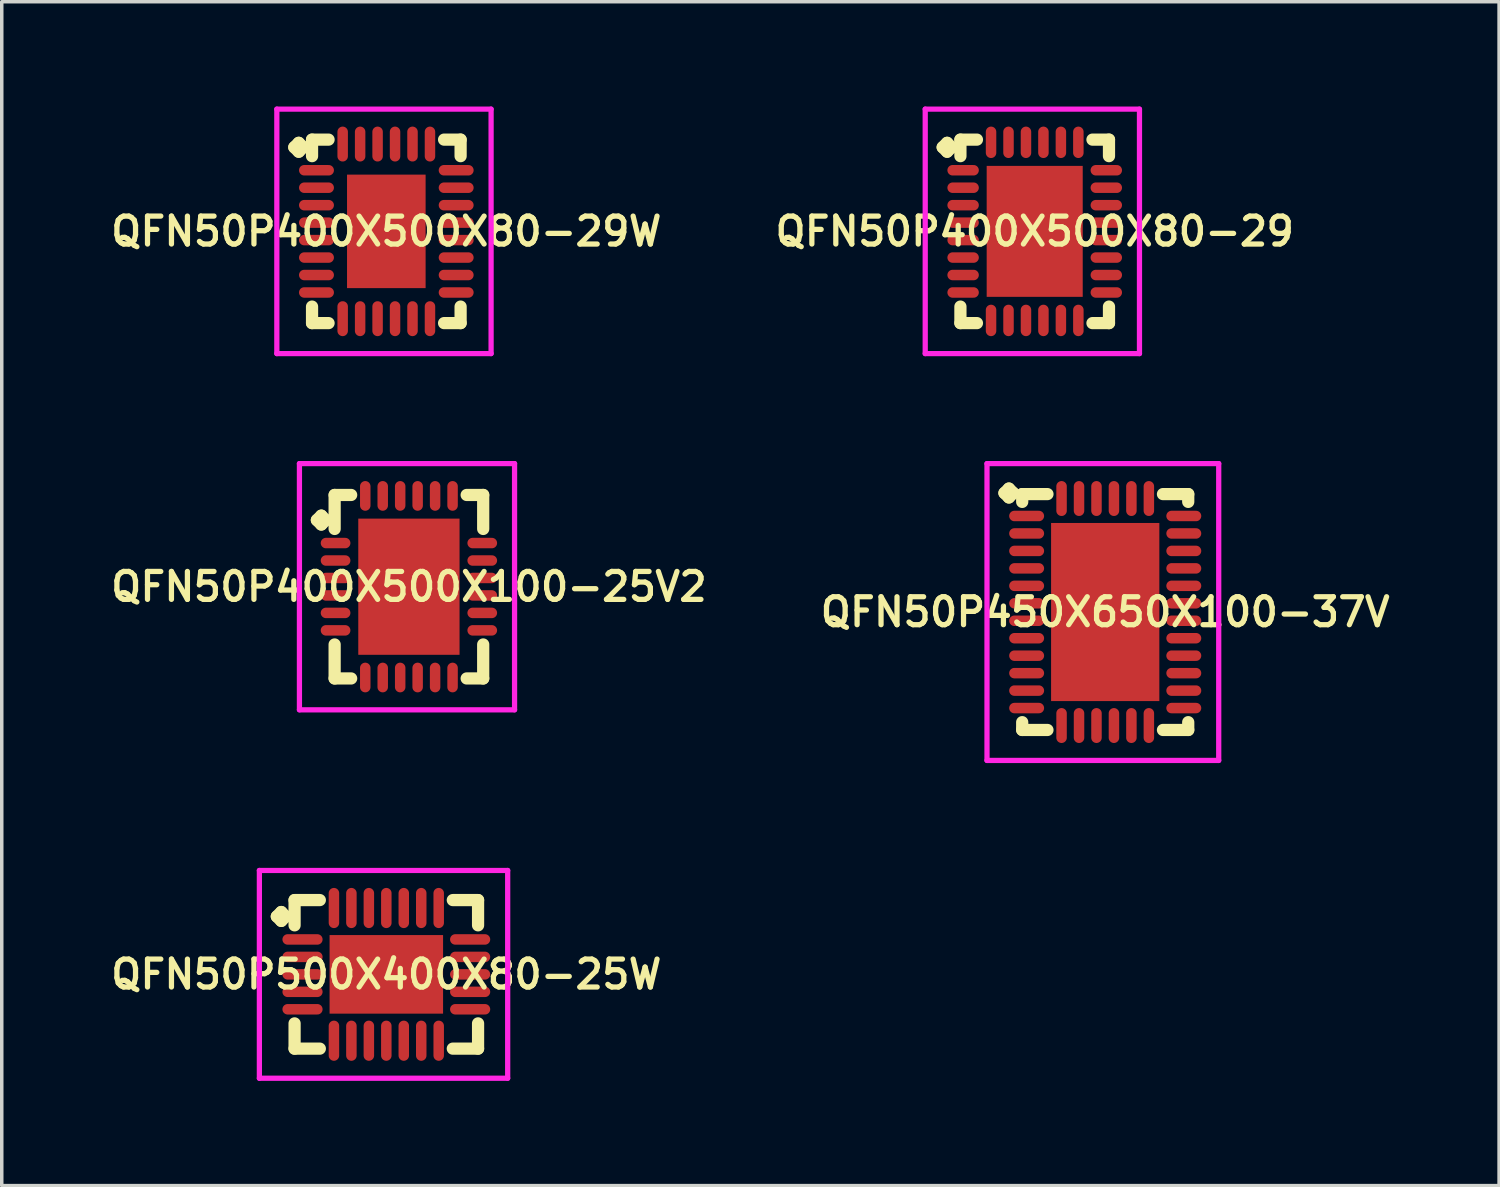
<source format=kicad_pcb>
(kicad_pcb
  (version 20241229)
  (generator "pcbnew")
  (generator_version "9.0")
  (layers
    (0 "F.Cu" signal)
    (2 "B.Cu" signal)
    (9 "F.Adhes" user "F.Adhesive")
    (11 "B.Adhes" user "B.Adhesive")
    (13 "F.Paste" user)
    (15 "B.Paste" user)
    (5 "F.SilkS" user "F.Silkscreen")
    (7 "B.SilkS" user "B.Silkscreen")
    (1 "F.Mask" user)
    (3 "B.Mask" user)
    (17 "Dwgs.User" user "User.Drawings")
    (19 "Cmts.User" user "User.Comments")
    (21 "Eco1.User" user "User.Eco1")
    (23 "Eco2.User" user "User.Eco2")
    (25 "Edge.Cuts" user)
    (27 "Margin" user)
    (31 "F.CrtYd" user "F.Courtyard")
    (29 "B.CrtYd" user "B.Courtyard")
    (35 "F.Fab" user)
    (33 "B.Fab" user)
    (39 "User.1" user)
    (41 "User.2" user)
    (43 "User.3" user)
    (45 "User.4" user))
  (footprint "QFN50P400X500X80-29"
    (layer "F.Cu")
    (at 26.578 3.575)
    (property "Reference" "QFN50P400X500X80-29" (at 0 0 0) (layer "F.SilkS") (effects (font (size 0.8 0.8) (thickness 0.15))))
    (attr smd)
    (fp_line (start -2.635 -2.408) (end -2.508 -2.535) (stroke (width 0.35) (type solid)) (layer "F.SilkS"))
    (fp_line (start -2.508 -2.535) (end -2.381 -2.408) (stroke (width 0.35) (type solid)) (layer "F.SilkS"))
    (fp_line (start -2.508 -2.281) (end -2.635 -2.408) (stroke (width 0.35) (type solid)) (layer "F.SilkS"))
    (fp_line (start -2.381 -2.408) (end -2.508 -2.281) (stroke (width 0.35) (type solid)) (layer "F.SilkS"))
    (fp_line (start -2.127 -2.627) (end -1.654 -2.627) (stroke (width 0.35) (type solid)) (layer "F.SilkS"))
    (fp_line (start -2.127 -2.154) (end -2.127 -2.627) (stroke (width 0.35) (type solid)) (layer "F.SilkS"))
    (fp_line (start -2.127 2.154) (end -2.127 2.627) (stroke (width 0.35) (type solid)) (layer "F.SilkS"))
    (fp_line (start -2.127 2.627) (end -1.654 2.627) (stroke (width 0.35) (type solid)) (layer "F.SilkS"))
    (fp_line (start 1.654 -2.627) (end 2.127 -2.627) (stroke (width 0.35) (type solid)) (layer "F.SilkS"))
    (fp_line (start 1.654 2.627) (end 2.127 2.627) (stroke (width 0.35) (type solid)) (layer "F.SilkS"))
    (fp_line (start 2.127 -2.627) (end 2.127 -2.154) (stroke (width 0.35) (type solid)) (layer "F.SilkS"))
    (fp_line (start 2.127 2.627) (end 2.127 2.154) (stroke (width 0.35) (type solid)) (layer "F.SilkS"))
    (fp_line (start -3.135 -3.5) (end 3 -3.5) (stroke (width 0.15) (type solid)) (layer "F.CrtYd"))
    (fp_line (start -3.135 3.5) (end -3.135 -3.5) (stroke (width 0.15) (type solid)) (layer "F.CrtYd"))
    (fp_line (start 3 -3.5) (end 3 3.5) (stroke (width 0.15) (type solid)) (layer "F.CrtYd"))
    (fp_line (start 3 3.5) (end -3.135 3.5) (stroke (width 0.15) (type solid)) (layer "F.CrtYd"))
    (pad "1" smd oval (at -2.05 -1.75) (size 0.9 0.3) (layers "F.Cu" "F.Mask" "F.Paste"))
    (pad "2" smd oval (at -2.05 -1.25) (size 0.9 0.3) (layers "F.Cu" "F.Mask" "F.Paste"))
    (pad "3" smd oval (at -2.05 -0.75) (size 0.9 0.3) (layers "F.Cu" "F.Mask" "F.Paste"))
    (pad "4" smd oval (at -2.05 -0.25) (size 0.9 0.3) (layers "F.Cu" "F.Mask" "F.Paste"))
    (pad "5" smd oval (at -2.05 0.25) (size 0.9 0.3) (layers "F.Cu" "F.Mask" "F.Paste"))
    (pad "6" smd oval (at -2.05 0.75) (size 0.9 0.3) (layers "F.Cu" "F.Mask" "F.Paste"))
    (pad "7" smd oval (at -2.05 1.25) (size 0.9 0.3) (layers "F.Cu" "F.Mask" "F.Paste"))
    (pad "8" smd oval (at -2.05 1.75) (size 0.9 0.3) (layers "F.Cu" "F.Mask" "F.Paste"))
    (pad "9" smd oval (at -1.25 2.55) (size 0.3 0.9) (layers "F.Cu" "F.Mask" "F.Paste"))
    (pad "10" smd oval (at -0.75 2.55) (size 0.3 0.9) (layers "F.Cu" "F.Mask" "F.Paste"))
    (pad "11" smd oval (at -0.25 2.55) (size 0.3 0.9) (layers "F.Cu" "F.Mask" "F.Paste"))
    (pad "12" smd oval (at 0.25 2.55) (size 0.3 0.9) (layers "F.Cu" "F.Mask" "F.Paste"))
    (pad "13" smd oval (at 0.75 2.55) (size 0.3 0.9) (layers "F.Cu" "F.Mask" "F.Paste"))
    (pad "14" smd oval (at 1.25 2.55) (size 0.3 0.9) (layers "F.Cu" "F.Mask" "F.Paste"))
    (pad "15" smd oval (at 2.05 1.75) (size 0.9 0.3) (layers "F.Cu" "F.Mask" "F.Paste"))
    (pad "16" smd oval (at 2.05 1.25) (size 0.9 0.3) (layers "F.Cu" "F.Mask" "F.Paste"))
    (pad "17" smd oval (at 2.05 0.75) (size 0.9 0.3) (layers "F.Cu" "F.Mask" "F.Paste"))
    (pad "18" smd oval (at 2.05 0.25) (size 0.9 0.3) (layers "F.Cu" "F.Mask" "F.Paste"))
    (pad "19" smd oval (at 2.05 -0.25) (size 0.9 0.3) (layers "F.Cu" "F.Mask" "F.Paste"))
    (pad "20" smd oval (at 2.05 -0.75) (size 0.9 0.3) (layers "F.Cu" "F.Mask" "F.Paste"))
    (pad "21" smd oval (at 2.05 -1.25) (size 0.9 0.3) (layers "F.Cu" "F.Mask" "F.Paste"))
    (pad "22" smd oval (at 2.05 -1.75) (size 0.9 0.3) (layers "F.Cu" "F.Mask" "F.Paste"))
    (pad "23" smd oval (at 1.25 -2.55) (size 0.3 0.9) (layers "F.Cu" "F.Mask" "F.Paste"))
    (pad "24" smd oval (at 0.75 -2.55) (size 0.3 0.9) (layers "F.Cu" "F.Mask" "F.Paste"))
    (pad "25" smd oval (at 0.25 -2.55) (size 0.3 0.9) (layers "F.Cu" "F.Mask" "F.Paste"))
    (pad "26" smd oval (at -0.25 -2.55) (size 0.3 0.9) (layers "F.Cu" "F.Mask" "F.Paste"))
    (pad "27" smd oval (at -0.75 -2.55) (size 0.3 0.9) (layers "F.Cu" "F.Mask" "F.Paste"))
    (pad "28" smd oval (at -1.25 -2.55) (size 0.3 0.9) (layers "F.Cu" "F.Mask" "F.Paste"))
    (pad "29" smd rect (at 0 0) (size 2.75 3.75) (layers "F.Cu" "F.Mask" "F.Paste")))
  (footprint "QFN50P500X400X80-25W"
    (layer "F.Cu")
    (at 8.012 24.85)
    (property "Reference" "QFN50P500X400X80-25W" (at 0 0 0) (layer "F.SilkS") (effects (font (size 0.8 0.8) (thickness 0.15))))
    (attr smd)
    (fp_line (start -3.135 -1.658) (end -3.008 -1.785) (stroke (width 0.35) (type solid)) (layer "F.SilkS"))
    (fp_line (start -3.008 -1.785) (end -2.881 -1.658) (stroke (width 0.35) (type solid)) (layer "F.SilkS"))
    (fp_line (start -3.008 -1.531) (end -3.135 -1.658) (stroke (width 0.35) (type solid)) (layer "F.SilkS"))
    (fp_line (start -2.881 -1.658) (end -3.008 -1.531) (stroke (width 0.35) (type solid)) (layer "F.SilkS"))
    (fp_line (start -2.627 -2.127) (end -1.904 -2.127) (stroke (width 0.35) (type solid)) (layer "F.SilkS"))
    (fp_line (start -2.627 -1.404) (end -2.627 -2.127) (stroke (width 0.35) (type solid)) (layer "F.SilkS"))
    (fp_line (start -2.627 1.404) (end -2.627 2.127) (stroke (width 0.35) (type solid)) (layer "F.SilkS"))
    (fp_line (start -2.627 2.127) (end -1.904 2.127) (stroke (width 0.35) (type solid)) (layer "F.SilkS"))
    (fp_line (start 1.904 -2.127) (end 2.627 -2.127) (stroke (width 0.35) (type solid)) (layer "F.SilkS"))
    (fp_line (start 1.904 2.127) (end 2.627 2.127) (stroke (width 0.35) (type solid)) (layer "F.SilkS"))
    (fp_line (start 2.627 -2.127) (end 2.627 -1.404) (stroke (width 0.35) (type solid)) (layer "F.SilkS"))
    (fp_line (start 2.627 2.127) (end 2.627 1.404) (stroke (width 0.35) (type solid)) (layer "F.SilkS"))
    (fp_line (start -3.635 -2.975) (end 3.475 -2.975) (stroke (width 0.15) (type solid)) (layer "F.CrtYd"))
    (fp_line (start -3.635 2.975) (end -3.635 -2.975) (stroke (width 0.15) (type solid)) (layer "F.CrtYd"))
    (fp_line (start 3.475 -2.975) (end 3.475 2.975) (stroke (width 0.15) (type solid)) (layer "F.CrtYd"))
    (fp_line (start 3.475 2.975) (end -3.635 2.975) (stroke (width 0.15) (type solid)) (layer "F.CrtYd"))
    (pad "1" smd oval (at -2.4 -1) (size 1.15 0.3) (layers "F.Cu" "F.Mask" "F.Paste"))
    (pad "2" smd oval (at -2.4 -0.5) (size 1.15 0.3) (layers "F.Cu" "F.Mask" "F.Paste"))
    (pad "3" smd oval (at -2.4 0) (size 1.15 0.3) (layers "F.Cu" "F.Mask" "F.Paste"))
    (pad "4" smd oval (at -2.4 0.5) (size 1.15 0.3) (layers "F.Cu" "F.Mask" "F.Paste"))
    (pad "5" smd oval (at -2.4 1) (size 1.15 0.3) (layers "F.Cu" "F.Mask" "F.Paste"))
    (pad "6" smd oval (at -1.5 1.9) (size 0.3 1.15) (layers "F.Cu" "F.Mask" "F.Paste"))
    (pad "7" smd oval (at -1 1.9) (size 0.3 1.15) (layers "F.Cu" "F.Mask" "F.Paste"))
    (pad "8" smd oval (at -0.5 1.9) (size 0.3 1.15) (layers "F.Cu" "F.Mask" "F.Paste"))
    (pad "9" smd oval (at 0 1.9) (size 0.3 1.15) (layers "F.Cu" "F.Mask" "F.Paste"))
    (pad "10" smd oval (at 0.5 1.9) (size 0.3 1.15) (layers "F.Cu" "F.Mask" "F.Paste"))
    (pad "11" smd oval (at 1 1.9) (size 0.3 1.15) (layers "F.Cu" "F.Mask" "F.Paste"))
    (pad "12" smd oval (at 1.5 1.9) (size 0.3 1.15) (layers "F.Cu" "F.Mask" "F.Paste"))
    (pad "13" smd oval (at 2.4 1) (size 1.15 0.3) (layers "F.Cu" "F.Mask" "F.Paste"))
    (pad "14" smd oval (at 2.4 0.5) (size 1.15 0.3) (layers "F.Cu" "F.Mask" "F.Paste"))
    (pad "15" smd oval (at 2.4 0) (size 1.15 0.3) (layers "F.Cu" "F.Mask" "F.Paste"))
    (pad "16" smd oval (at 2.4 -0.5) (size 1.15 0.3) (layers "F.Cu" "F.Mask" "F.Paste"))
    (pad "17" smd oval (at 2.4 -1) (size 1.15 0.3) (layers "F.Cu" "F.Mask" "F.Paste"))
    (pad "18" smd oval (at 1.5 -1.9) (size 0.3 1.15) (layers "F.Cu" "F.Mask" "F.Paste"))
    (pad "19" smd oval (at 1 -1.9) (size 0.3 1.15) (layers "F.Cu" "F.Mask" "F.Paste"))
    (pad "20" smd oval (at 0.5 -1.9) (size 0.3 1.15) (layers "F.Cu" "F.Mask" "F.Paste"))
    (pad "21" smd oval (at 0 -1.9) (size 0.3 1.15) (layers "F.Cu" "F.Mask" "F.Paste"))
    (pad "22" smd oval (at -0.5 -1.9) (size 0.3 1.15) (layers "F.Cu" "F.Mask" "F.Paste"))
    (pad "23" smd oval (at -1 -1.9) (size 0.3 1.15) (layers "F.Cu" "F.Mask" "F.Paste"))
    (pad "24" smd oval (at -1.5 -1.9) (size 0.3 1.15) (layers "F.Cu" "F.Mask" "F.Paste"))
    (pad "25" smd rect (at 0 0) (size 3.25 2.25) (layers "F.Cu" "F.Mask" "F.Paste")))
  (footprint "QFN50P400X500X100-25V2"
    (layer "F.Cu")
    (at 8.659 13.75)
    (property "Reference" "QFN50P400X500X100-25V2" (at 0 0 0) (layer "F.SilkS") (effects (font (size 0.8 0.8) (thickness 0.15))))
    (attr smd)
    (fp_line (start -2.635 -1.908) (end -2.508 -2.035) (stroke (width 0.35) (type solid)) (layer "F.SilkS"))
    (fp_line (start -2.508 -2.035) (end -2.381 -1.908) (stroke (width 0.35) (type solid)) (layer "F.SilkS"))
    (fp_line (start -2.508 -1.781) (end -2.635 -1.908) (stroke (width 0.35) (type solid)) (layer "F.SilkS"))
    (fp_line (start -2.381 -1.908) (end -2.508 -1.781) (stroke (width 0.35) (type solid)) (layer "F.SilkS"))
    (fp_line (start -2.127 -2.627) (end -1.654 -2.627) (stroke (width 0.35) (type solid)) (layer "F.SilkS"))
    (fp_line (start -2.127 -1.654) (end -2.127 -2.627) (stroke (width 0.35) (type solid)) (layer "F.SilkS"))
    (fp_line (start -2.127 1.654) (end -2.127 2.627) (stroke (width 0.35) (type solid)) (layer "F.SilkS"))
    (fp_line (start -2.127 2.627) (end -1.654 2.627) (stroke (width 0.35) (type solid)) (layer "F.SilkS"))
    (fp_line (start 1.654 -2.627) (end 2.127 -2.627) (stroke (width 0.35) (type solid)) (layer "F.SilkS"))
    (fp_line (start 1.654 2.627) (end 2.127 2.627) (stroke (width 0.35) (type solid)) (layer "F.SilkS"))
    (fp_line (start 2.127 -2.627) (end 2.127 -1.654) (stroke (width 0.35) (type solid)) (layer "F.SilkS"))
    (fp_line (start 2.127 2.627) (end 2.127 1.654) (stroke (width 0.35) (type solid)) (layer "F.SilkS"))
    (fp_line (start -3.135 -3.525) (end 3.025 -3.525) (stroke (width 0.15) (type solid)) (layer "F.CrtYd"))
    (fp_line (start -3.135 3.525) (end -3.135 -3.525) (stroke (width 0.15) (type solid)) (layer "F.CrtYd"))
    (fp_line (start 3.025 -3.525) (end 3.025 3.525) (stroke (width 0.15) (type solid)) (layer "F.CrtYd"))
    (fp_line (start 3.025 3.525) (end -3.135 3.525) (stroke (width 0.15) (type solid)) (layer "F.CrtYd"))
    (pad "1" smd oval (at -2.1 -1.25) (size 0.85 0.3) (layers "F.Cu" "F.Mask" "F.Paste"))
    (pad "2" smd oval (at -2.1 -0.75) (size 0.85 0.3) (layers "F.Cu" "F.Mask" "F.Paste"))
    (pad "3" smd oval (at -2.1 -0.25) (size 0.85 0.3) (layers "F.Cu" "F.Mask" "F.Paste"))
    (pad "4" smd oval (at -2.1 0.25) (size 0.85 0.3) (layers "F.Cu" "F.Mask" "F.Paste"))
    (pad "5" smd oval (at -2.1 0.75) (size 0.85 0.3) (layers "F.Cu" "F.Mask" "F.Paste"))
    (pad "6" smd oval (at -2.1 1.25) (size 0.85 0.3) (layers "F.Cu" "F.Mask" "F.Paste"))
    (pad "7" smd oval (at -1.25 2.6) (size 0.3 0.85) (layers "F.Cu" "F.Mask" "F.Paste"))
    (pad "8" smd oval (at -0.75 2.6) (size 0.3 0.85) (layers "F.Cu" "F.Mask" "F.Paste"))
    (pad "9" smd oval (at -0.25 2.6) (size 0.3 0.85) (layers "F.Cu" "F.Mask" "F.Paste"))
    (pad "10" smd oval (at 0.25 2.6) (size 0.3 0.85) (layers "F.Cu" "F.Mask" "F.Paste"))
    (pad "11" smd oval (at 0.75 2.6) (size 0.3 0.85) (layers "F.Cu" "F.Mask" "F.Paste"))
    (pad "12" smd oval (at 1.25 2.6) (size 0.3 0.85) (layers "F.Cu" "F.Mask" "F.Paste"))
    (pad "13" smd oval (at 2.1 1.25) (size 0.85 0.3) (layers "F.Cu" "F.Mask" "F.Paste"))
    (pad "14" smd oval (at 2.1 0.75) (size 0.85 0.3) (layers "F.Cu" "F.Mask" "F.Paste"))
    (pad "15" smd oval (at 2.1 0.25) (size 0.85 0.3) (layers "F.Cu" "F.Mask" "F.Paste"))
    (pad "16" smd oval (at 2.1 -0.25) (size 0.85 0.3) (layers "F.Cu" "F.Mask" "F.Paste"))
    (pad "17" smd oval (at 2.1 -0.75) (size 0.85 0.3) (layers "F.Cu" "F.Mask" "F.Paste"))
    (pad "18" smd oval (at 2.1 -1.25) (size 0.85 0.3) (layers "F.Cu" "F.Mask" "F.Paste"))
    (pad "19" smd oval (at 1.25 -2.6) (size 0.3 0.85) (layers "F.Cu" "F.Mask" "F.Paste"))
    (pad "20" smd oval (at 0.75 -2.6) (size 0.3 0.85) (layers "F.Cu" "F.Mask" "F.Paste"))
    (pad "21" smd oval (at 0.25 -2.6) (size 0.3 0.85) (layers "F.Cu" "F.Mask" "F.Paste"))
    (pad "22" smd oval (at -0.25 -2.6) (size 0.3 0.85) (layers "F.Cu" "F.Mask" "F.Paste"))
    (pad "23" smd oval (at -0.75 -2.6) (size 0.3 0.85) (layers "F.Cu" "F.Mask" "F.Paste"))
    (pad "24" smd oval (at -1.25 -2.6) (size 0.3 0.85) (layers "F.Cu" "F.Mask" "F.Paste"))
    (pad "25" smd rect (at 0 0) (size 2.9 3.9) (layers "F.Cu" "F.Mask" "F.Paste")))
  (footprint "QFN50P400X500X80-29W"
    (layer "F.Cu")
    (at 8.012 3.575)
    (property "Reference" "QFN50P400X500X80-29W" (at 0 0 0) (layer "F.SilkS") (effects (font (size 0.8 0.8) (thickness 0.15))))
    (attr smd)
    (fp_line (start -2.635 -2.408) (end -2.508 -2.535) (stroke (width 0.35) (type solid)) (layer "F.SilkS"))
    (fp_line (start -2.508 -2.535) (end -2.381 -2.408) (stroke (width 0.35) (type solid)) (layer "F.SilkS"))
    (fp_line (start -2.508 -2.281) (end -2.635 -2.408) (stroke (width 0.35) (type solid)) (layer "F.SilkS"))
    (fp_line (start -2.381 -2.408) (end -2.508 -2.281) (stroke (width 0.35) (type solid)) (layer "F.SilkS"))
    (fp_line (start -2.127 -2.627) (end -1.654 -2.627) (stroke (width 0.35) (type solid)) (layer "F.SilkS"))
    (fp_line (start -2.127 -2.154) (end -2.127 -2.627) (stroke (width 0.35) (type solid)) (layer "F.SilkS"))
    (fp_line (start -2.127 2.154) (end -2.127 2.627) (stroke (width 0.35) (type solid)) (layer "F.SilkS"))
    (fp_line (start -2.127 2.627) (end -1.654 2.627) (stroke (width 0.35) (type solid)) (layer "F.SilkS"))
    (fp_line (start 1.654 -2.627) (end 2.127 -2.627) (stroke (width 0.35) (type solid)) (layer "F.SilkS"))
    (fp_line (start 1.654 2.627) (end 2.127 2.627) (stroke (width 0.35) (type solid)) (layer "F.SilkS"))
    (fp_line (start 2.127 -2.627) (end 2.127 -2.154) (stroke (width 0.35) (type solid)) (layer "F.SilkS"))
    (fp_line (start 2.127 2.627) (end 2.127 2.154) (stroke (width 0.35) (type solid)) (layer "F.SilkS"))
    (fp_line (start -3.135 -3.5) (end 3 -3.5) (stroke (width 0.15) (type solid)) (layer "F.CrtYd"))
    (fp_line (start -3.135 3.5) (end -3.135 -3.5) (stroke (width 0.15) (type solid)) (layer "F.CrtYd"))
    (fp_line (start 3 -3.5) (end 3 3.5) (stroke (width 0.15) (type solid)) (layer "F.CrtYd"))
    (fp_line (start 3 3.5) (end -3.135 3.5) (stroke (width 0.15) (type solid)) (layer "F.CrtYd"))
    (pad "1" smd oval (at -2 -1.75) (size 1 0.3) (layers "F.Cu" "F.Mask" "F.Paste"))
    (pad "2" smd oval (at -2 -1.25) (size 1 0.3) (layers "F.Cu" "F.Mask" "F.Paste"))
    (pad "3" smd oval (at -2 -0.75) (size 1 0.3) (layers "F.Cu" "F.Mask" "F.Paste"))
    (pad "4" smd oval (at -2 -0.25) (size 1 0.3) (layers "F.Cu" "F.Mask" "F.Paste"))
    (pad "5" smd oval (at -2 0.25) (size 1 0.3) (layers "F.Cu" "F.Mask" "F.Paste"))
    (pad "6" smd oval (at -2 0.75) (size 1 0.3) (layers "F.Cu" "F.Mask" "F.Paste"))
    (pad "7" smd oval (at -2 1.25) (size 1 0.3) (layers "F.Cu" "F.Mask" "F.Paste"))
    (pad "8" smd oval (at -2 1.75) (size 1 0.3) (layers "F.Cu" "F.Mask" "F.Paste"))
    (pad "9" smd oval (at -1.25 2.5) (size 0.3 1) (layers "F.Cu" "F.Mask" "F.Paste"))
    (pad "10" smd oval (at -0.75 2.5) (size 0.3 1) (layers "F.Cu" "F.Mask" "F.Paste"))
    (pad "11" smd oval (at -0.25 2.5) (size 0.3 1) (layers "F.Cu" "F.Mask" "F.Paste"))
    (pad "12" smd oval (at 0.25 2.5) (size 0.3 1) (layers "F.Cu" "F.Mask" "F.Paste"))
    (pad "13" smd oval (at 0.75 2.5) (size 0.3 1) (layers "F.Cu" "F.Mask" "F.Paste"))
    (pad "14" smd oval (at 1.25 2.5) (size 0.3 1) (layers "F.Cu" "F.Mask" "F.Paste"))
    (pad "15" smd oval (at 2 1.75) (size 1 0.3) (layers "F.Cu" "F.Mask" "F.Paste"))
    (pad "16" smd oval (at 2 1.25) (size 1 0.3) (layers "F.Cu" "F.Mask" "F.Paste"))
    (pad "17" smd oval (at 2 0.75) (size 1 0.3) (layers "F.Cu" "F.Mask" "F.Paste"))
    (pad "18" smd oval (at 2 0.25) (size 1 0.3) (layers "F.Cu" "F.Mask" "F.Paste"))
    (pad "19" smd oval (at 2 -0.25) (size 1 0.3) (layers "F.Cu" "F.Mask" "F.Paste"))
    (pad "20" smd oval (at 2 -0.75) (size 1 0.3) (layers "F.Cu" "F.Mask" "F.Paste"))
    (pad "21" smd oval (at 2 -1.25) (size 1 0.3) (layers "F.Cu" "F.Mask" "F.Paste"))
    (pad "22" smd oval (at 2 -1.75) (size 1 0.3) (layers "F.Cu" "F.Mask" "F.Paste"))
    (pad "23" smd oval (at 1.25 -2.5) (size 0.3 1) (layers "F.Cu" "F.Mask" "F.Paste"))
    (pad "24" smd oval (at 0.75 -2.5) (size 0.3 1) (layers "F.Cu" "F.Mask" "F.Paste"))
    (pad "25" smd oval (at 0.25 -2.5) (size 0.3 1) (layers "F.Cu" "F.Mask" "F.Paste"))
    (pad "26" smd oval (at -0.25 -2.5) (size 0.3 1) (layers "F.Cu" "F.Mask" "F.Paste"))
    (pad "27" smd oval (at -0.75 -2.5) (size 0.3 1) (layers "F.Cu" "F.Mask" "F.Paste"))
    (pad "28" smd oval (at -1.25 -2.5) (size 0.3 1) (layers "F.Cu" "F.Mask" "F.Paste"))
    (pad "29" smd rect (at 0 0) (size 2.25 3.25) (layers "F.Cu" "F.Mask" "F.Paste")))
  (footprint "QFN50P450X650X100-37V"
    (layer "F.Cu")
    (at 28.597 14.475)
    (property "Reference" "QFN50P450X650X100-37V" (at 0 0 0) (layer "F.SilkS") (effects (font (size 0.8 0.8) (thickness 0.15))))
    (attr smd)
    (fp_line (start -2.885 -3.408) (end -2.758 -3.535) (stroke (width 0.35) (type solid)) (layer "F.SilkS"))
    (fp_line (start -2.758 -3.535) (end -2.631 -3.408) (stroke (width 0.35) (type solid)) (layer "F.SilkS"))
    (fp_line (start -2.758 -3.281) (end -2.885 -3.408) (stroke (width 0.35) (type solid)) (layer "F.SilkS"))
    (fp_line (start -2.631 -3.408) (end -2.758 -3.281) (stroke (width 0.35) (type solid)) (layer "F.SilkS"))
    (fp_line (start -2.377 -3.377) (end -1.654 -3.377) (stroke (width 0.35) (type solid)) (layer "F.SilkS"))
    (fp_line (start -2.377 -3.154) (end -2.377 -3.377) (stroke (width 0.35) (type solid)) (layer "F.SilkS"))
    (fp_line (start -2.377 3.154) (end -2.377 3.377) (stroke (width 0.35) (type solid)) (layer "F.SilkS"))
    (fp_line (start -2.377 3.377) (end -1.654 3.377) (stroke (width 0.35) (type solid)) (layer "F.SilkS"))
    (fp_line (start 1.654 -3.377) (end 2.377 -3.377) (stroke (width 0.35) (type solid)) (layer "F.SilkS"))
    (fp_line (start 1.654 3.377) (end 2.377 3.377) (stroke (width 0.35) (type solid)) (layer "F.SilkS"))
    (fp_line (start 2.377 -3.377) (end 2.377 -3.154) (stroke (width 0.35) (type solid)) (layer "F.SilkS"))
    (fp_line (start 2.377 3.377) (end 2.377 3.154) (stroke (width 0.35) (type solid)) (layer "F.SilkS"))
    (fp_line (start -3.385 -4.25) (end 3.25 -4.25) (stroke (width 0.15) (type solid)) (layer "F.CrtYd"))
    (fp_line (start -3.385 4.25) (end -3.385 -4.25) (stroke (width 0.15) (type solid)) (layer "F.CrtYd"))
    (fp_line (start 3.25 -4.25) (end 3.25 4.25) (stroke (width 0.15) (type solid)) (layer "F.CrtYd"))
    (fp_line (start 3.25 4.25) (end -3.385 4.25) (stroke (width 0.15) (type solid)) (layer "F.CrtYd"))
    (pad "1" smd oval (at -2.25 -2.75) (size 1 0.3) (layers "F.Cu" "F.Mask" "F.Paste"))
    (pad "2" smd oval (at -2.25 -2.25) (size 1 0.3) (layers "F.Cu" "F.Mask" "F.Paste"))
    (pad "3" smd oval (at -2.25 -1.75) (size 1 0.3) (layers "F.Cu" "F.Mask" "F.Paste"))
    (pad "4" smd oval (at -2.25 -1.25) (size 1 0.3) (layers "F.Cu" "F.Mask" "F.Paste"))
    (pad "5" smd oval (at -2.25 -0.75) (size 1 0.3) (layers "F.Cu" "F.Mask" "F.Paste"))
    (pad "6" smd oval (at -2.25 -0.25) (size 1 0.3) (layers "F.Cu" "F.Mask" "F.Paste"))
    (pad "7" smd oval (at -2.25 0.25) (size 1 0.3) (layers "F.Cu" "F.Mask" "F.Paste"))
    (pad "8" smd oval (at -2.25 0.75) (size 1 0.3) (layers "F.Cu" "F.Mask" "F.Paste"))
    (pad "9" smd oval (at -2.25 1.25) (size 1 0.3) (layers "F.Cu" "F.Mask" "F.Paste"))
    (pad "10" smd oval (at -2.25 1.75) (size 1 0.3) (layers "F.Cu" "F.Mask" "F.Paste"))
    (pad "11" smd oval (at -2.25 2.25) (size 1 0.3) (layers "F.Cu" "F.Mask" "F.Paste"))
    (pad "12" smd oval (at -2.25 2.75) (size 1 0.3) (layers "F.Cu" "F.Mask" "F.Paste"))
    (pad "13" smd oval (at -1.25 3.25) (size 0.3 1) (layers "F.Cu" "F.Mask" "F.Paste"))
    (pad "14" smd oval (at -0.75 3.25) (size 0.3 1) (layers "F.Cu" "F.Mask" "F.Paste"))
    (pad "15" smd oval (at -0.25 3.25) (size 0.3 1) (layers "F.Cu" "F.Mask" "F.Paste"))
    (pad "16" smd oval (at 0.25 3.25) (size 0.3 1) (layers "F.Cu" "F.Mask" "F.Paste"))
    (pad "17" smd oval (at 0.75 3.25) (size 0.3 1) (layers "F.Cu" "F.Mask" "F.Paste"))
    (pad "18" smd oval (at 1.25 3.25) (size 0.3 1) (layers "F.Cu" "F.Mask" "F.Paste"))
    (pad "19" smd oval (at 2.25 2.75) (size 1 0.3) (layers "F.Cu" "F.Mask" "F.Paste"))
    (pad "20" smd oval (at 2.25 2.25) (size 1 0.3) (layers "F.Cu" "F.Mask" "F.Paste"))
    (pad "21" smd oval (at 2.25 1.75) (size 1 0.3) (layers "F.Cu" "F.Mask" "F.Paste"))
    (pad "22" smd oval (at 2.25 1.25) (size 1 0.3) (layers "F.Cu" "F.Mask" "F.Paste"))
    (pad "23" smd oval (at 2.25 0.75) (size 1 0.3) (layers "F.Cu" "F.Mask" "F.Paste"))
    (pad "24" smd oval (at 2.25 0.25) (size 1 0.3) (layers "F.Cu" "F.Mask" "F.Paste"))
    (pad "25" smd oval (at 2.25 -0.25) (size 1 0.3) (layers "F.Cu" "F.Mask" "F.Paste"))
    (pad "26" smd oval (at 2.25 -0.75) (size 1 0.3) (layers "F.Cu" "F.Mask" "F.Paste"))
    (pad "27" smd oval (at 2.25 -1.25) (size 1 0.3) (layers "F.Cu" "F.Mask" "F.Paste"))
    (pad "28" smd oval (at 2.25 -1.75) (size 1 0.3) (layers "F.Cu" "F.Mask" "F.Paste"))
    (pad "29" smd oval (at 2.25 -2.25) (size 1 0.3) (layers "F.Cu" "F.Mask" "F.Paste"))
    (pad "30" smd oval (at 2.25 -2.75) (size 1 0.3) (layers "F.Cu" "F.Mask" "F.Paste"))
    (pad "31" smd oval (at 1.25 -3.25) (size 0.3 1) (layers "F.Cu" "F.Mask" "F.Paste"))
    (pad "32" smd oval (at 0.75 -3.25) (size 0.3 1) (layers "F.Cu" "F.Mask" "F.Paste"))
    (pad "33" smd oval (at 0.25 -3.25) (size 0.3 1) (layers "F.Cu" "F.Mask" "F.Paste"))
    (pad "34" smd oval (at -0.25 -3.25) (size 0.3 1) (layers "F.Cu" "F.Mask" "F.Paste"))
    (pad "35" smd oval (at -0.75 -3.25) (size 0.3 1) (layers "F.Cu" "F.Mask" "F.Paste"))
    (pad "36" smd oval (at -1.25 -3.25) (size 0.3 1) (layers "F.Cu" "F.Mask" "F.Paste"))
    (pad "37" smd rect (at 0 0) (size 3.1 5.1) (layers "F.Cu" "F.Mask" "F.Paste")))
  (gr_rect
    (start -3 -3)
    (end 39.875 30.9)
    (stroke (width 0.1) (type default))
    (fill no)
    (layer "Edge.Cuts")))
</source>
